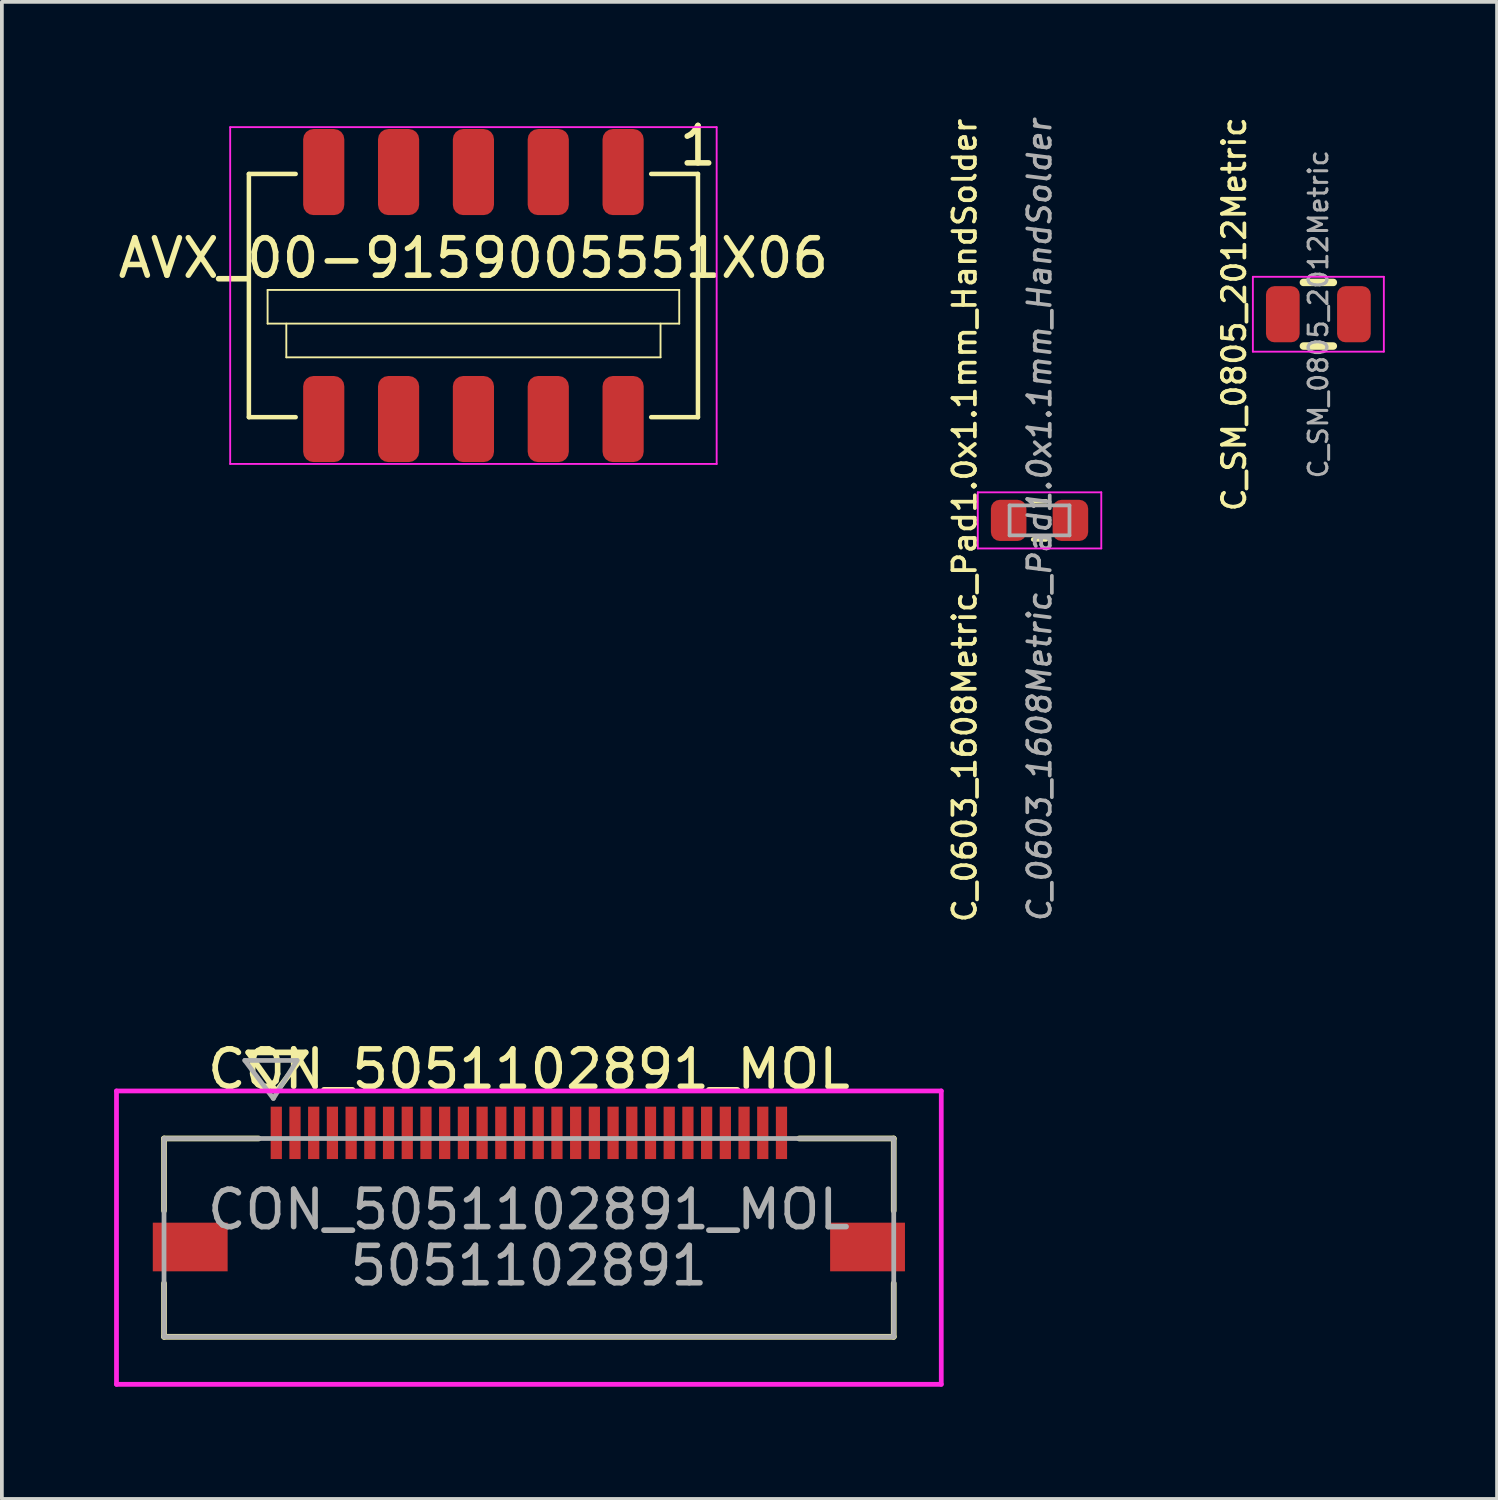
<source format=kicad_pcb>
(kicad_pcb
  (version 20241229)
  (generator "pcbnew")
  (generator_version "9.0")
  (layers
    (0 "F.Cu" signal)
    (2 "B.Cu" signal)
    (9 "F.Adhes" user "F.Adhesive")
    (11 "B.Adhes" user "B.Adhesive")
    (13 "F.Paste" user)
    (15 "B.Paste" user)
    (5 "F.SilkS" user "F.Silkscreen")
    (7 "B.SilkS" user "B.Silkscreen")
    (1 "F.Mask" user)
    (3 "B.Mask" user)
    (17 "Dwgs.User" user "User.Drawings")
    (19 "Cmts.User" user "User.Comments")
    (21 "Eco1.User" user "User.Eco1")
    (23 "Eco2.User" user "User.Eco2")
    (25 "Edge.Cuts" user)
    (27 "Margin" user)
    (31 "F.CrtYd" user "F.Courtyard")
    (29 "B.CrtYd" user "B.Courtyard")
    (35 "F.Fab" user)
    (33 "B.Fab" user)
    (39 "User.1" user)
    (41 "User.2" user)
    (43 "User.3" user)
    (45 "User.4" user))
  (footprint "C_0603_1608Metric_Pad1.0x1.1mm_HandSolder"
    (layer "F.Cu")
    (at 24.729 10.856)
    (property "Reference" "C_0603_1608Metric_Pad1.0x1.1mm_HandSolder" (at -2 0 270) (layer "F.SilkS") (effects (font (size 0.6 0.6) (thickness 0.1))))
    (attr smd)
    (fp_line (start -0.171 -0.51) (end 0.171 -0.51) (stroke (width 0.12) (type solid)) (layer "F.SilkS"))
    (fp_line (start -0.171 0.51) (end 0.171 0.51) (stroke (width 0.12) (type solid)) (layer "F.SilkS"))
    (fp_line (start -1.65 -0.75) (end -1.65 0.75) (stroke (width 0.05) (type solid)) (layer "F.CrtYd"))
    (fp_line (start -1.65 -0.75) (end 1.65 -0.75) (stroke (width 0.05) (type solid)) (layer "F.CrtYd"))
    (fp_line (start 1.65 -0.75) (end 1.65 0.75) (stroke (width 0.05) (type solid)) (layer "F.CrtYd"))
    (fp_line (start 1.65 0.75) (end -1.65 0.75) (stroke (width 0.05) (type solid)) (layer "F.CrtYd"))
    (fp_line (start -0.8 -0.4) (end 0.8 -0.4) (stroke (width 0.1) (type solid)) (layer "F.Fab"))
    (fp_line (start -0.8 0.4) (end -0.8 -0.4) (stroke (width 0.1) (type solid)) (layer "F.Fab"))
    (fp_line (start 0.8 -0.4) (end 0.8 0.4) (stroke (width 0.1) (type solid)) (layer "F.Fab"))
    (fp_line (start 0.8 0.4) (end -0.8 0.4) (stroke (width 0.1) (type solid)) (layer "F.Fab"))
    (fp_text user "${REFERENCE}" (at 0 0 270) (layer "F.Fab") (effects (font (size 0.6 0.6) (thickness 0.1) (italic yes))))
    (pad "1" smd roundrect (at -0.825 0) (size 0.95 1.1) (layers "F.Cu" "F.Mask" "F.Paste") (roundrect_rratio 0.25))
    (pad "2" smd roundrect (at 0.825 0) (size 0.95 1.1) (layers "F.Cu" "F.Mask" "F.Paste") (roundrect_rratio 0.25)))
  (footprint "AVX_00-9159005551X06"
    (layer "F.Cu")
    (at 9.601 4.848)
    (property "Reference" "AVX_00-9159005551X06" (at 0 -1 0) (layer "F.SilkS") (effects (font (size 1 1) (thickness 0.15))))
    (attr through_hole)
    (fp_line (start -6 -3.25) (end -6 3.25) (stroke (width 0.12) (type solid)) (layer "F.SilkS"))
    (fp_line (start -6 -3.25) (end -4.75 -3.25) (stroke (width 0.12) (type solid)) (layer "F.SilkS"))
    (fp_line (start -5.5 -0.15) (end -5.5 0.75) (stroke (width 0.05) (type solid)) (layer "F.SilkS"))
    (fp_line (start -5.5 -0.15) (end 5.5 -0.15) (stroke (width 0.05) (type solid)) (layer "F.SilkS"))
    (fp_line (start -5.5 0.75) (end 5.5 0.75) (stroke (width 0.05) (type solid)) (layer "F.SilkS"))
    (fp_line (start -5 1.65) (end -5 0.75) (stroke (width 0.05) (type solid)) (layer "F.SilkS"))
    (fp_line (start -5 1.65) (end 5 1.65) (stroke (width 0.05) (type solid)) (layer "F.SilkS"))
    (fp_line (start -4.75 3.25) (end -6 3.25) (stroke (width 0.12) (type solid)) (layer "F.SilkS"))
    (fp_line (start 4.75 3.25) (end 6 3.25) (stroke (width 0.12) (type solid)) (layer "F.SilkS"))
    (fp_line (start 5 1.65) (end 5 0.75) (stroke (width 0.05) (type solid)) (layer "F.SilkS"))
    (fp_line (start 5.5 0.75) (end 5.5 -0.15) (stroke (width 0.05) (type solid)) (layer "F.SilkS"))
    (fp_line (start 6 -3.25) (end 4.75 -3.25) (stroke (width 0.12) (type solid)) (layer "F.SilkS"))
    (fp_line (start 6 -3.25) (end 6 3.25) (stroke (width 0.12) (type solid)) (layer "F.SilkS"))
    (fp_line (start -6.5 -4.5) (end 6.5 -4.5) (stroke (width 0.05) (type solid)) (layer "F.CrtYd"))
    (fp_line (start -6.5 4.5) (end -6.5 -4.5) (stroke (width 0.05) (type solid)) (layer "F.CrtYd"))
    (fp_line (start 6.5 -4.5) (end 6.5 4.5) (stroke (width 0.05) (type solid)) (layer "F.CrtYd"))
    (fp_line (start 6.5 4.5) (end -6.5 4.5) (stroke (width 0.05) (type solid)) (layer "F.CrtYd"))
    (fp_text user "1" (at 6 -4 0) (layer "F.SilkS") (effects (font (size 1 1) (thickness 0.15))))
    (pad "1" smd roundrect (at 4 -3.3) (size 1.1 2.3) (layers "F.Cu" "F.Mask") (roundrect_rratio 0.25))
    (pad "1" smd roundrect (at 4 3.3) (size 1.1 2.3) (layers "F.Cu" "F.Mask") (roundrect_rratio 0.25))
    (pad "2" smd roundrect (at 2 -3.3) (size 1.1 2.3) (layers "F.Cu" "F.Mask") (roundrect_rratio 0.25))
    (pad "2" smd roundrect (at 2 3.3) (size 1.1 2.3) (layers "F.Cu" "F.Mask") (roundrect_rratio 0.25))
    (pad "3" smd roundrect (at 0 -3.3) (size 1.1 2.3) (layers "F.Cu" "F.Mask") (roundrect_rratio 0.25))
    (pad "3" smd roundrect (at 0 3.3) (size 1.1 2.3) (layers "F.Cu" "F.Mask") (roundrect_rratio 0.25))
    (pad "4" smd roundrect (at -2 -3.3) (size 1.1 2.3) (layers "F.Cu" "F.Mask") (roundrect_rratio 0.25))
    (pad "4" smd roundrect (at -2 3.3) (size 1.1 2.3) (layers "F.Cu" "F.Mask") (roundrect_rratio 0.25))
    (pad "5" smd roundrect (at -4 -3.3) (size 1.1 2.3) (layers "F.Cu" "F.Mask") (roundrect_rratio 0.25))
    (pad "5" smd roundrect (at -4 3.3) (size 1.1 2.3) (layers "F.Cu" "F.Mask") (roundrect_rratio 0.25)))
  (footprint "CON_5051102891_MOL"
    (layer "F.Cu")
    (at 11.083 30.023)
    (property "Reference" "CON_5051102891_MOL" (at 0 -4.5 0) (unlocked yes) (layer "F.SilkS") (effects (font (size 1 1) (thickness 0.15))))
    (attr smd)
    (fp_line (start -9.75 -2.65) (end -9.75 -0.72) (stroke (width 0.152) (type solid)) (layer "F.SilkS"))
    (fp_line (start -9.75 1.22) (end -9.75 2.65) (stroke (width 0.152) (type solid)) (layer "F.SilkS"))
    (fp_line (start -9.75 2.65) (end 9.75 2.65) (stroke (width 0.152) (type solid)) (layer "F.SilkS"))
    (fp_line (start -7.499 -4.95) (end -6.75 -3.9) (stroke (width 0.152) (type solid)) (layer "F.SilkS"))
    (fp_line (start -7.499 -4.95) (end -5.965 -4.95) (stroke (width 0.152) (type solid)) (layer "F.SilkS"))
    (fp_line (start -7.22 -2.65) (end -9.75 -2.65) (stroke (width 0.152) (type solid)) (layer "F.SilkS"))
    (fp_line (start -5.965 -4.95) (end -6.75 -3.9) (stroke (width 0.152) (type solid)) (layer "F.SilkS"))
    (fp_line (start 9.75 -2.65) (end 7.22 -2.65) (stroke (width 0.152) (type solid)) (layer "F.SilkS"))
    (fp_line (start 9.75 -0.72) (end 9.75 -2.65) (stroke (width 0.152) (type solid)) (layer "F.SilkS"))
    (fp_line (start 9.75 2.65) (end 9.75 1.22) (stroke (width 0.152) (type solid)) (layer "F.SilkS"))
    (fp_line (start -11.02 -3.92) (end -11.02 3.92) (stroke (width 0.127) (type solid)) (layer "F.CrtYd"))
    (fp_line (start -11.02 3.92) (end 11.02 3.92) (stroke (width 0.127) (type solid)) (layer "F.CrtYd"))
    (fp_line (start 11.02 -3.92) (end -11.02 -3.92) (stroke (width 0.127) (type solid)) (layer "F.CrtYd"))
    (fp_line (start 11.02 3.92) (end 11.02 -3.92) (stroke (width 0.127) (type solid)) (layer "F.CrtYd"))
    (fp_line (start -9.75 -2.65) (end -9.75 2.65) (stroke (width 0.127) (type solid)) (layer "F.Fab"))
    (fp_line (start -9.75 2.65) (end 9.75 2.65) (stroke (width 0.127) (type solid)) (layer "F.Fab"))
    (fp_line (start -7.591 -4.736) (end -6.829 -3.72) (stroke (width 0.127) (type solid)) (layer "F.Fab"))
    (fp_line (start -7.591 -4.736) (end -6.194 -4.736) (stroke (width 0.127) (type solid)) (layer "F.Fab"))
    (fp_line (start -6.194 -4.736) (end -6.829 -3.72) (stroke (width 0.127) (type solid)) (layer "F.Fab"))
    (fp_line (start 9.75 -2.65) (end -9.75 -2.65) (stroke (width 0.127) (type solid)) (layer "F.Fab"))
    (fp_line (start 9.75 2.65) (end 9.75 -2.65) (stroke (width 0.127) (type solid)) (layer "F.Fab"))
    (fp_text user "5051102891" (at 0 0.75 0) (unlocked yes) (layer "F.Fab") (effects (font (size 1 1) (thickness 0.15))))
    (fp_text user "${REFERENCE}" (at 0 -0.75 0) (unlocked yes) (layer "F.Fab") (effects (font (size 1 1) (thickness 0.15))))
    (pad "1" smd rect (at -6.75 -2.8) (size 0.3 1.4) (layers "F.Cu" "F.Mask" "F.Paste"))
    (pad "2" smd rect (at -6.25 -2.8) (size 0.3 1.4) (layers "F.Cu" "F.Mask" "F.Paste"))
    (pad "3" smd rect (at -5.75 -2.8) (size 0.3 1.4) (layers "F.Cu" "F.Mask" "F.Paste"))
    (pad "4" smd rect (at -5.25 -2.8) (size 0.3 1.4) (layers "F.Cu" "F.Mask" "F.Paste"))
    (pad "5" smd rect (at -4.75 -2.8) (size 0.3 1.4) (layers "F.Cu" "F.Mask" "F.Paste"))
    (pad "6" smd rect (at -4.25 -2.8) (size 0.3 1.4) (layers "F.Cu" "F.Mask" "F.Paste"))
    (pad "7" smd rect (at -3.75 -2.8) (size 0.3 1.4) (layers "F.Cu" "F.Mask" "F.Paste"))
    (pad "8" smd rect (at -3.25 -2.8) (size 0.3 1.4) (layers "F.Cu" "F.Mask" "F.Paste"))
    (pad "9" smd rect (at -2.75 -2.8) (size 0.3 1.4) (layers "F.Cu" "F.Mask" "F.Paste"))
    (pad "10" smd rect (at -2.25 -2.8) (size 0.3 1.4) (layers "F.Cu" "F.Mask" "F.Paste"))
    (pad "11" smd rect (at -1.75 -2.8) (size 0.3 1.4) (layers "F.Cu" "F.Mask" "F.Paste"))
    (pad "12" smd rect (at -1.25 -2.8) (size 0.3 1.4) (layers "F.Cu" "F.Mask" "F.Paste"))
    (pad "13" smd rect (at -0.75 -2.8) (size 0.3 1.4) (layers "F.Cu" "F.Mask" "F.Paste"))
    (pad "14" smd rect (at -0.25 -2.8) (size 0.3 1.4) (layers "F.Cu" "F.Mask" "F.Paste"))
    (pad "15" smd rect (at 0.25 -2.8) (size 0.3 1.4) (layers "F.Cu" "F.Mask" "F.Paste"))
    (pad "16" smd rect (at 0.75 -2.8) (size 0.3 1.4) (layers "F.Cu" "F.Mask" "F.Paste"))
    (pad "17" smd rect (at 1.25 -2.8) (size 0.3 1.4) (layers "F.Cu" "F.Mask" "F.Paste"))
    (pad "18" smd rect (at 1.75 -2.8) (size 0.3 1.4) (layers "F.Cu" "F.Mask" "F.Paste"))
    (pad "19" smd rect (at 2.25 -2.8) (size 0.3 1.4) (layers "F.Cu" "F.Mask" "F.Paste"))
    (pad "20" smd rect (at 2.75 -2.8) (size 0.3 1.4) (layers "F.Cu" "F.Mask" "F.Paste"))
    (pad "21" smd rect (at 3.25 -2.8) (size 0.3 1.4) (layers "F.Cu" "F.Mask" "F.Paste"))
    (pad "22" smd rect (at 3.75 -2.8) (size 0.3 1.4) (layers "F.Cu" "F.Mask" "F.Paste"))
    (pad "23" smd rect (at 4.25 -2.8) (size 0.3 1.4) (layers "F.Cu" "F.Mask" "F.Paste"))
    (pad "24" smd rect (at 4.75 -2.8) (size 0.3 1.4) (layers "F.Cu" "F.Mask" "F.Paste"))
    (pad "25" smd rect (at 5.25 -2.8) (size 0.3 1.4) (layers "F.Cu" "F.Mask" "F.Paste"))
    (pad "26" smd rect (at 5.75 -2.8) (size 0.3 1.4) (layers "F.Cu" "F.Mask" "F.Paste"))
    (pad "27" smd rect (at 6.25 -2.8) (size 0.3 1.4) (layers "F.Cu" "F.Mask" "F.Paste"))
    (pad "28" smd rect (at 6.75 -2.8) (size 0.3 1.4) (layers "F.Cu" "F.Mask" "F.Paste"))
    (pad "P1" smd rect (at -9.05 0.25) (size 2 1.3) (layers "F.Cu" "F.Mask" "F.Paste"))
    (pad "P2" smd rect (at 9.05 0.25) (size 2 1.3) (layers "F.Cu" "F.Mask" "F.Paste")))
  (footprint "C_SM_0805_2012Metric"
    (layer "F.Cu")
    (at 32.18 5.347)
    (property "Reference" "C_SM_0805_2012Metric" (at -2.25 0 270) (layer "F.SilkS") (effects (font (size 0.6 0.6) (thickness 0.1))))
    (attr smd)
    (fp_line (start -0.4 -0.85) (end 0.4 -0.85) (stroke (width 0.2) (type solid)) (layer "F.SilkS"))
    (fp_line (start -0.4 0.85) (end 0.4 0.85) (stroke (width 0.2) (type solid)) (layer "F.SilkS"))
    (fp_line (start -1.75 -1) (end 1.75 -1) (stroke (width 0.05) (type solid)) (layer "F.CrtYd"))
    (fp_line (start -1.75 1) (end -1.75 -1) (stroke (width 0.05) (type solid)) (layer "F.CrtYd"))
    (fp_line (start 1.75 -1) (end 1.75 1) (stroke (width 0.05) (type solid)) (layer "F.CrtYd"))
    (fp_line (start 1.75 1) (end -1.75 1) (stroke (width 0.05) (type solid)) (layer "F.CrtYd"))
    (fp_text user "${REFERENCE}" (at 0 0 90) (layer "F.Fab") (effects (font (size 0.5 0.5) (thickness 0.08))))
    (pad "1" smd roundrect (at -0.95 0) (size 0.9 1.5) (layers "F.Cu" "F.Mask" "F.Paste") (roundrect_rratio 0.25))
    (pad "2" smd roundrect (at 0.95 0) (size 0.9 1.5) (layers "F.Cu" "F.Mask" "F.Paste") (roundrect_rratio 0.25)))
  (gr_rect
    (start -3 -3)
    (end 36.955 37.006)
    (stroke (width 0.1) (type default))
    (fill no)
    (layer "Edge.Cuts")))
</source>
